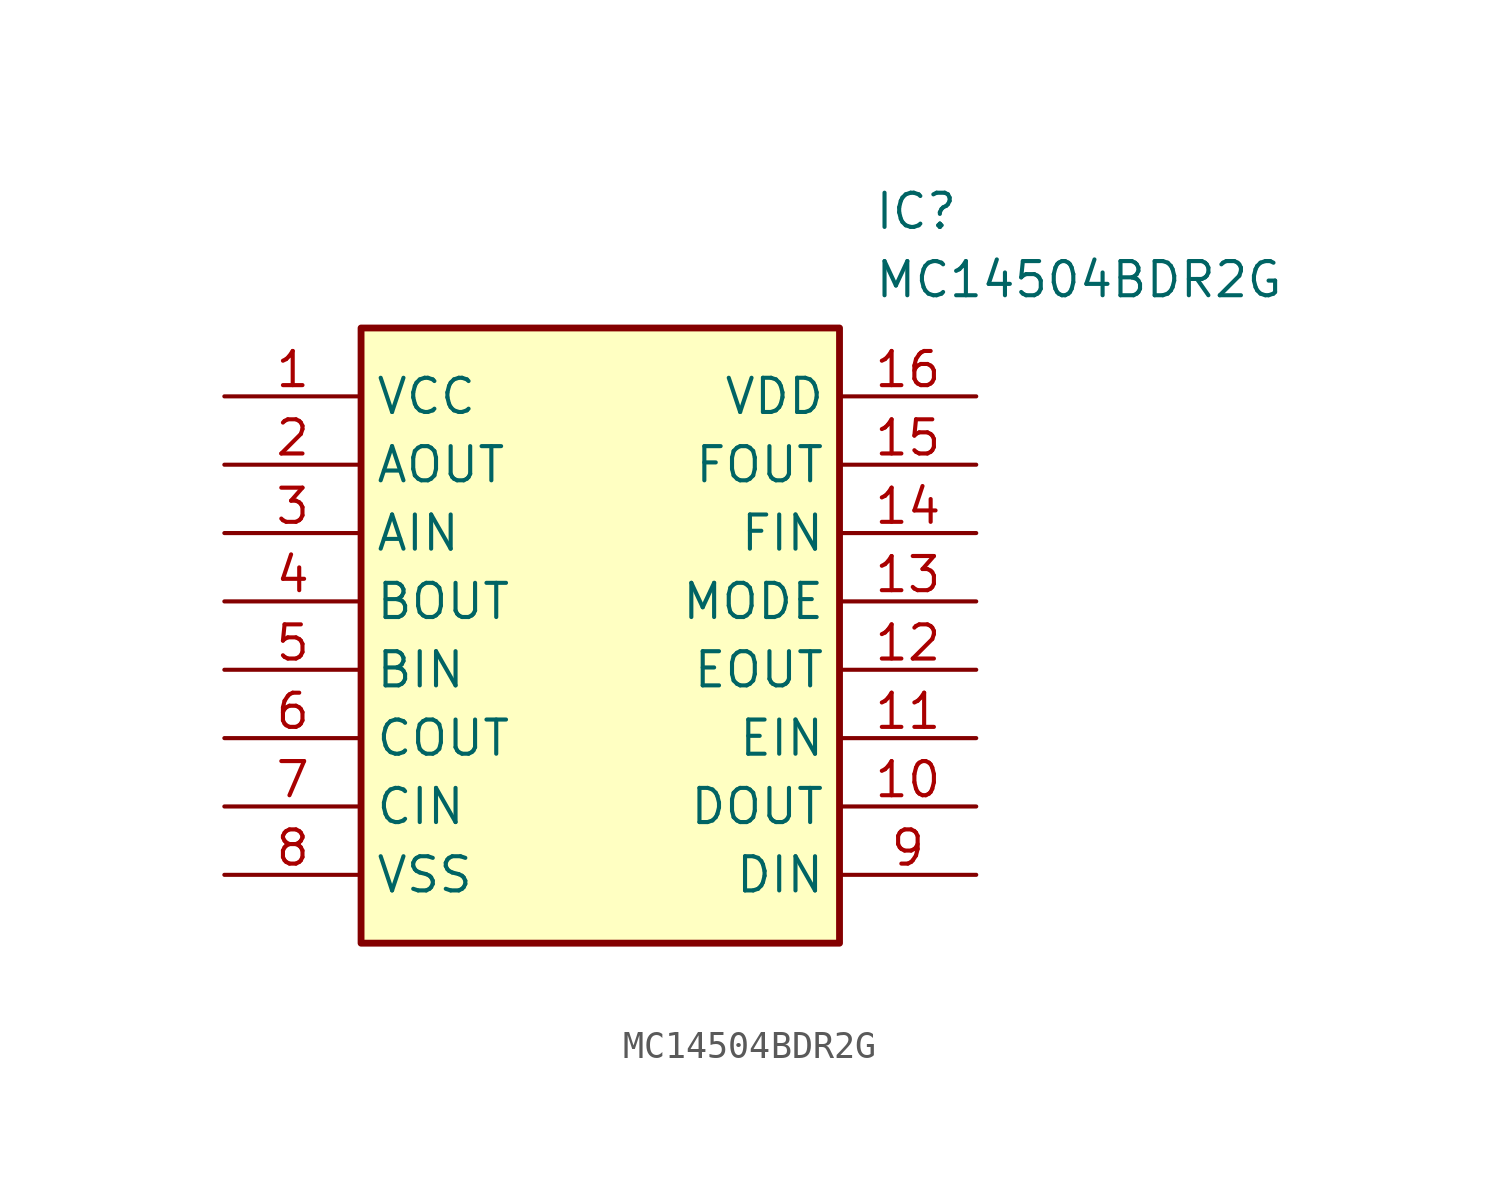
<source format=kicad_sym>
(kicad_symbol_lib
  (version 20211014)
  (generator SamacSys_ECAD_Model)
  (symbol "MC14504BDR2G"
    (property "Reference" "IC"
      (at 24.13 7.62 0)
      (effects (font (size 1.27 1.27)) (justify left top)))
    (property "Value" "MC14504BDR2G"
      (at 24.13 5.08 0)
      (effects (font (size 1.27 1.27)) (justify left top)))
    (rectangle
      (start 5.08 2.54)
      (end 22.86 -20.32)
      (stroke (width 0.254) (type default))
      (fill (type background)))
    (pin passive line
      (at 0 0 0)
      (length 5.08)
      (name "VCC" (effects (font (size 1.27 1.27))))
      (number "1" (effects (font (size 1.27 1.27)))))
    (pin passive line
      (at 0 -2.54 0)
      (length 5.08)
      (name "AOUT" (effects (font (size 1.27 1.27))))
      (number "2" (effects (font (size 1.27 1.27)))))
    (pin passive line
      (at 0 -5.08 0)
      (length 5.08)
      (name "AIN" (effects (font (size 1.27 1.27))))
      (number "3" (effects (font (size 1.27 1.27)))))
    (pin passive line
      (at 0 -7.62 0)
      (length 5.08)
      (name "BOUT" (effects (font (size 1.27 1.27))))
      (number "4" (effects (font (size 1.27 1.27)))))
    (pin passive line
      (at 0 -10.16 0)
      (length 5.08)
      (name "BIN" (effects (font (size 1.27 1.27))))
      (number "5" (effects (font (size 1.27 1.27)))))
    (pin passive line
      (at 0 -12.7 0)
      (length 5.08)
      (name "COUT" (effects (font (size 1.27 1.27))))
      (number "6" (effects (font (size 1.27 1.27)))))
    (pin passive line
      (at 0 -15.24 0)
      (length 5.08)
      (name "CIN" (effects (font (size 1.27 1.27))))
      (number "7" (effects (font (size 1.27 1.27)))))
    (pin passive line
      (at 0 -17.78 0)
      (length 5.08)
      (name "VSS" (effects (font (size 1.27 1.27))))
      (number "8" (effects (font (size 1.27 1.27)))))
    (pin passive line
      (at 27.94 0 180)
      (length 5.08)
      (name "VDD" (effects (font (size 1.27 1.27))))
      (number "16" (effects (font (size 1.27 1.27)))))
    (pin passive line
      (at 27.94 -2.54 180)
      (length 5.08)
      (name "FOUT" (effects (font (size 1.27 1.27))))
      (number "15" (effects (font (size 1.27 1.27)))))
    (pin passive line
      (at 27.94 -5.08 180)
      (length 5.08)
      (name "FIN" (effects (font (size 1.27 1.27))))
      (number "14" (effects (font (size 1.27 1.27)))))
    (pin passive line
      (at 27.94 -7.62 180)
      (length 5.08)
      (name "MODE" (effects (font (size 1.27 1.27))))
      (number "13" (effects (font (size 1.27 1.27)))))
    (pin passive line
      (at 27.94 -10.16 180)
      (length 5.08)
      (name "EOUT" (effects (font (size 1.27 1.27))))
      (number "12" (effects (font (size 1.27 1.27)))))
    (pin passive line
      (at 27.94 -12.7 180)
      (length 5.08)
      (name "EIN" (effects (font (size 1.27 1.27))))
      (number "11" (effects (font (size 1.27 1.27)))))
    (pin passive line
      (at 27.94 -15.24 180)
      (length 5.08)
      (name "DOUT" (effects (font (size 1.27 1.27))))
      (number "10" (effects (font (size 1.27 1.27)))))
    (pin passive line
      (at 27.94 -17.78 180)
      (length 5.08)
      (name "DIN" (effects (font (size 1.27 1.27))))
      (number "9" (effects (font (size 1.27 1.27)))))))
</source>
